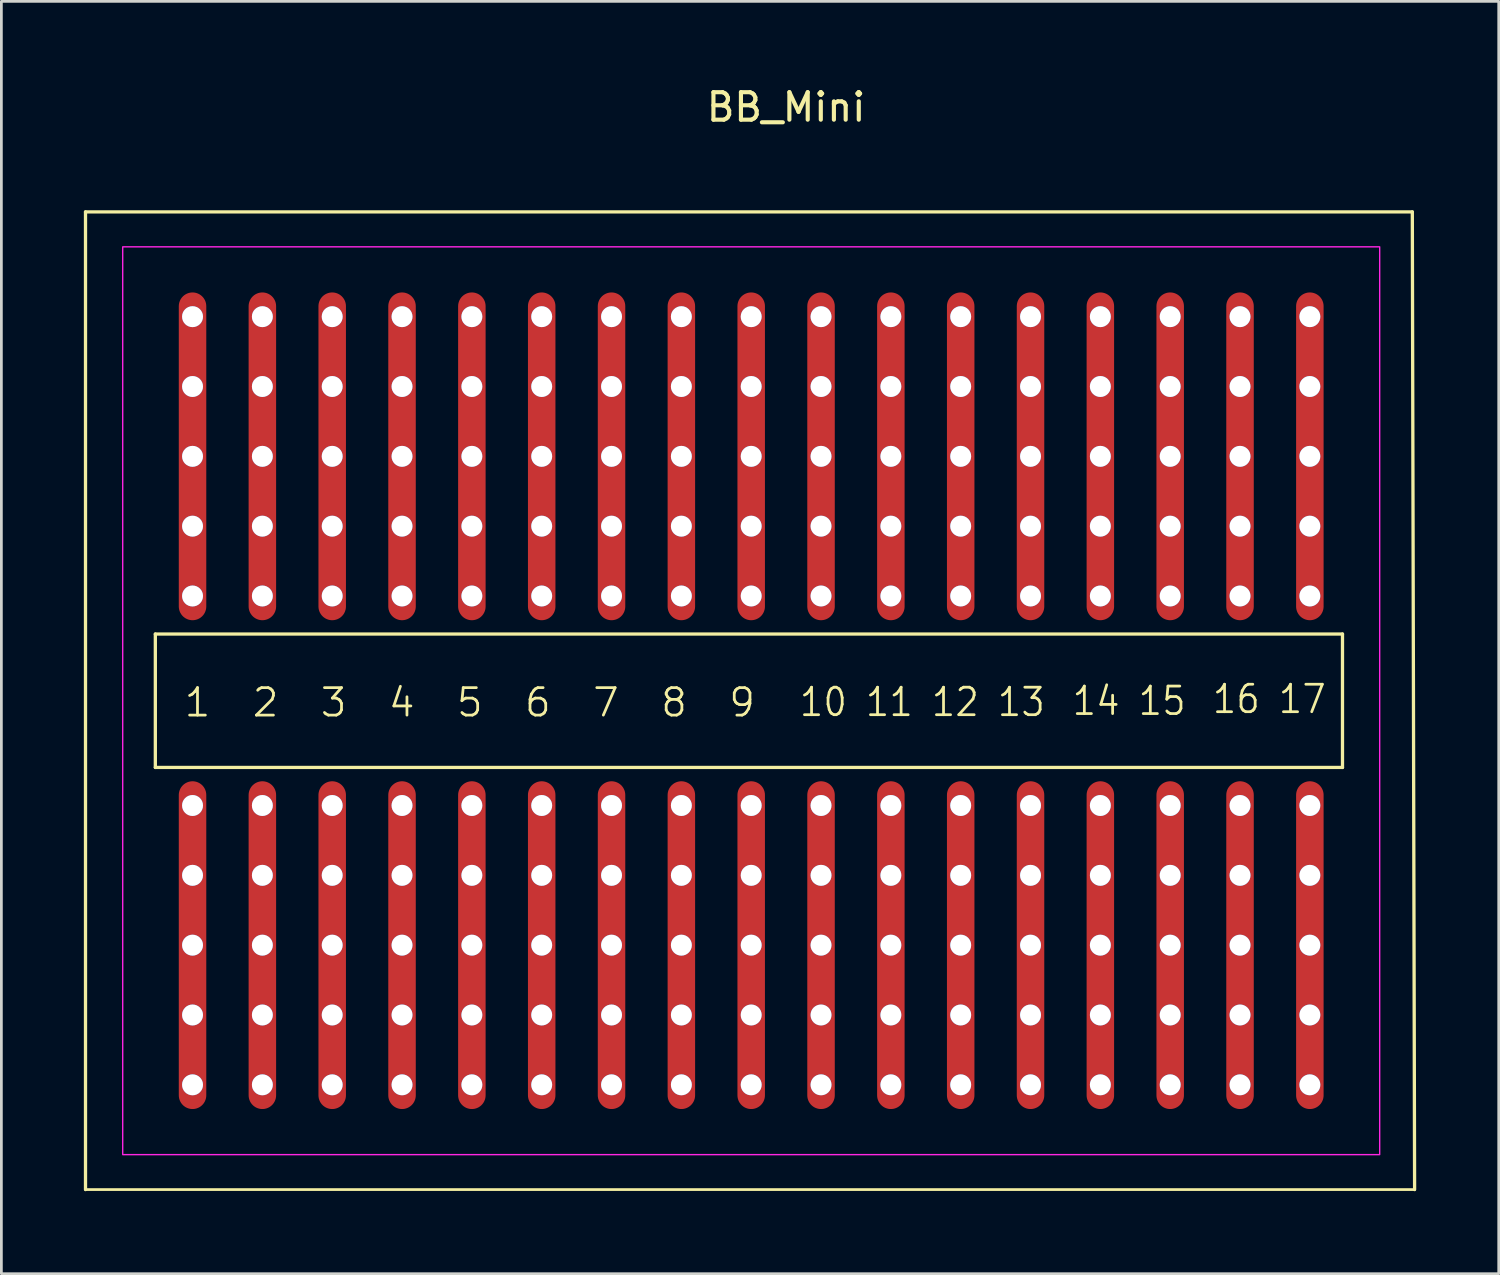
<source format=kicad_pcb>
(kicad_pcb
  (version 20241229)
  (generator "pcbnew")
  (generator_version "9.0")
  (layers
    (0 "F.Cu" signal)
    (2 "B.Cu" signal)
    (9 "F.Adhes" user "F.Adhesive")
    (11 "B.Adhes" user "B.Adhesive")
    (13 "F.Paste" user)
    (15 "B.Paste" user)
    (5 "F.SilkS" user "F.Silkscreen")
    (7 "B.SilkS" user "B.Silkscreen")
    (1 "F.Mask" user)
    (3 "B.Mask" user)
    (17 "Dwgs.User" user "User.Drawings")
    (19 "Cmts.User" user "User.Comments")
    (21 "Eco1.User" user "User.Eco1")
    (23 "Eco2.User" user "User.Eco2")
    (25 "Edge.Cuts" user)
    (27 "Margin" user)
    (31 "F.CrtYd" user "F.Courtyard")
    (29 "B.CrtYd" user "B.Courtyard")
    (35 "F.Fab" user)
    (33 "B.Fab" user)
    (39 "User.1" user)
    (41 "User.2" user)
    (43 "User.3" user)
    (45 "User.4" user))
  (footprint "BB_Mini"
    (layer "F.Cu")
    (at 3.953 8.468)
    (property "Reference" "BB_Mini" (at 21.59 -7.62 0) (layer "F.SilkS") (effects (font (size 1 1) (thickness 0.15))))
    (attr through_hole)
    (fp_line (start 0 -0.381) (end 0 10.541) (stroke (width 1) (type default)) (layer "F.Cu"))
    (fp_line (start 0 17.399) (end 0 28.321) (stroke (width 1) (type default)) (layer "F.Cu"))
    (fp_line (start 2.54 -0.381) (end 2.54 10.541) (stroke (width 1) (type default)) (layer "F.Cu"))
    (fp_line (start 2.54 17.399) (end 2.54 28.321) (stroke (width 1) (type default)) (layer "F.Cu"))
    (fp_line (start 5.08 -0.381) (end 5.08 10.541) (stroke (width 1) (type default)) (layer "F.Cu"))
    (fp_line (start 5.08 17.399) (end 5.08 28.321) (stroke (width 1) (type default)) (layer "F.Cu"))
    (fp_line (start 7.62 -0.381) (end 7.62 10.541) (stroke (width 1) (type default)) (layer "F.Cu"))
    (fp_line (start 7.62 17.399) (end 7.62 28.321) (stroke (width 1) (type default)) (layer "F.Cu"))
    (fp_line (start 10.16 -0.381) (end 10.16 10.541) (stroke (width 1) (type default)) (layer "F.Cu"))
    (fp_line (start 10.16 17.399) (end 10.16 28.321) (stroke (width 1) (type default)) (layer "F.Cu"))
    (fp_line (start 12.7 -0.381) (end 12.7 10.541) (stroke (width 1) (type default)) (layer "F.Cu"))
    (fp_line (start 12.7 17.399) (end 12.7 28.321) (stroke (width 1) (type default)) (layer "F.Cu"))
    (fp_line (start 15.24 -0.381) (end 15.24 10.541) (stroke (width 1) (type default)) (layer "F.Cu"))
    (fp_line (start 15.24 17.399) (end 15.24 28.321) (stroke (width 1) (type default)) (layer "F.Cu"))
    (fp_line (start 17.78 -0.381) (end 17.78 10.541) (stroke (width 1) (type default)) (layer "F.Cu"))
    (fp_line (start 17.78 17.399) (end 17.78 28.321) (stroke (width 1) (type default)) (layer "F.Cu"))
    (fp_line (start 20.32 -0.381) (end 20.32 10.541) (stroke (width 1) (type default)) (layer "F.Cu"))
    (fp_line (start 20.32 17.399) (end 20.32 28.321) (stroke (width 1) (type default)) (layer "F.Cu"))
    (fp_line (start 22.86 -0.381) (end 22.86 10.541) (stroke (width 1) (type default)) (layer "F.Cu"))
    (fp_line (start 22.86 17.399) (end 22.86 28.321) (stroke (width 1) (type default)) (layer "F.Cu"))
    (fp_line (start 25.4 -0.381) (end 25.4 10.541) (stroke (width 1) (type default)) (layer "F.Cu"))
    (fp_line (start 25.4 17.399) (end 25.4 28.321) (stroke (width 1) (type default)) (layer "F.Cu"))
    (fp_line (start 27.94 -0.381) (end 27.94 10.541) (stroke (width 1) (type default)) (layer "F.Cu"))
    (fp_line (start 27.94 17.399) (end 27.94 28.321) (stroke (width 1) (type default)) (layer "F.Cu"))
    (fp_line (start 30.48 -0.381) (end 30.48 10.541) (stroke (width 1) (type default)) (layer "F.Cu"))
    (fp_line (start 30.48 17.399) (end 30.48 28.321) (stroke (width 1) (type default)) (layer "F.Cu"))
    (fp_line (start 33.02 -0.381) (end 33.02 10.541) (stroke (width 1) (type default)) (layer "F.Cu"))
    (fp_line (start 33.02 17.399) (end 33.02 28.321) (stroke (width 1) (type default)) (layer "F.Cu"))
    (fp_line (start 35.56 -0.381) (end 35.56 10.541) (stroke (width 1) (type default)) (layer "F.Cu"))
    (fp_line (start 35.56 17.399) (end 35.56 28.321) (stroke (width 1) (type default)) (layer "F.Cu"))
    (fp_line (start 38.1 -0.381) (end 38.1 10.541) (stroke (width 1) (type default)) (layer "F.Cu"))
    (fp_line (start 38.1 17.399) (end 38.1 28.321) (stroke (width 1) (type default)) (layer "F.Cu"))
    (fp_line (start 40.64 -0.381) (end 40.64 10.541) (stroke (width 1) (type default)) (layer "F.Cu"))
    (fp_line (start 40.64 17.399) (end 40.64 28.321) (stroke (width 1) (type default)) (layer "F.Cu"))
    (fp_line (start -3.893 -3.81) (end 44.367 -3.81) (stroke (width 0.12) (type solid)) (layer "F.SilkS"))
    (fp_line (start -3.893 31.75) (end -3.893 -3.81) (stroke (width 0.12) (type solid)) (layer "F.SilkS"))
    (fp_line (start -3.893 31.75) (end 44.45 31.75) (stroke (width 0.1) (type default)) (layer "F.SilkS"))
    (fp_line (start -1.353 11.544) (end 41.827 11.544) (stroke (width 0.12) (type solid)) (layer "F.SilkS"))
    (fp_line (start -1.353 16.396) (end -1.353 11.544) (stroke (width 0.12) (type solid)) (layer "F.SilkS"))
    (fp_line (start 41.827 11.544) (end 41.827 16.396) (stroke (width 0.12) (type solid)) (layer "F.SilkS"))
    (fp_line (start 41.827 16.396) (end -1.353 16.396) (stroke (width 0.12) (type solid)) (layer "F.SilkS"))
    (fp_line (start 44.367 -3.81) (end 44.45 31.75) (stroke (width 0.12) (type solid)) (layer "F.SilkS"))
    (fp_rect (start -2.54 -2.54) (end 43.18 30.48) (stroke (width 0.05) (type default)) (fill no) (layer "F.CrtYd"))
    (fp_text user "14 15" (at 31.943 14.564 0) (unlocked yes) (layer "F.SilkS") (effects (font (size 1 0.9) (thickness 0.1)) (justify left bottom)))
    (fp_text user "1  2  3  4  5  6  7  8  9" (at -0.362 14.62 0) (unlocked yes) (layer "F.SilkS") (effects (font (size 1 1) (thickness 0.1)) (justify left bottom)))
    (fp_text user "10 11 12 13" (at 22.021 14.605 0) (unlocked yes) (layer "F.SilkS") (effects (font (size 1 0.9) (thickness 0.1)) (justify left bottom)))
    (fp_text user "16 17" (at 37.042 14.497 0) (unlocked yes) (layer "F.SilkS") (effects (font (size 1 0.9) (thickness 0.1)) (justify left bottom)))
    (pad "1" thru_hole circle (at 0 0) (size 0.762 0.762) (drill 0.762) (layers "*.Cu" "*.Mask"))
    (pad "1" thru_hole circle (at 0 2.54) (size 0.762 0.762) (drill 0.762) (layers "*.Cu" "*.Mask"))
    (pad "1" thru_hole circle (at 0 5.08) (size 0.762 0.762) (drill 0.762) (layers "*.Cu" "*.Mask"))
    (pad "1" thru_hole circle (at 0 7.62) (size 0.762 0.762) (drill 0.762) (layers "*.Cu" "*.Mask"))
    (pad "1" thru_hole circle (at 0 10.16) (size 0.762 0.762) (drill 0.762) (layers "*.Cu" "*.Mask"))
    (pad "2" thru_hole circle (at 2.54 0) (size 0.762 0.762) (drill 0.762) (layers "*.Cu" "*.Mask"))
    (pad "2" thru_hole circle (at 2.54 2.54) (size 0.762 0.762) (drill 0.762) (layers "*.Cu" "*.Mask"))
    (pad "2" thru_hole circle (at 2.54 5.08) (size 0.762 0.762) (drill 0.762) (layers "*.Cu" "*.Mask"))
    (pad "2" thru_hole circle (at 2.54 7.62) (size 0.762 0.762) (drill 0.762) (layers "*.Cu" "*.Mask"))
    (pad "2" thru_hole circle (at 2.54 10.16) (size 0.762 0.762) (drill 0.762) (layers "*.Cu" "*.Mask"))
    (pad "3" thru_hole circle (at 5.08 0) (size 0.762 0.762) (drill 0.762) (layers "*.Cu" "*.Mask"))
    (pad "3" thru_hole circle (at 5.08 2.54) (size 0.762 0.762) (drill 0.762) (layers "*.Cu" "*.Mask"))
    (pad "3" thru_hole circle (at 5.08 5.08) (size 0.762 0.762) (drill 0.762) (layers "*.Cu" "*.Mask"))
    (pad "3" thru_hole circle (at 5.08 7.62) (size 0.762 0.762) (drill 0.762) (layers "*.Cu" "*.Mask"))
    (pad "3" thru_hole circle (at 5.08 10.16) (size 0.762 0.762) (drill 0.762) (layers "*.Cu" "*.Mask"))
    (pad "4" thru_hole circle (at 7.62 0) (size 0.762 0.762) (drill 0.762) (layers "*.Cu" "*.Mask"))
    (pad "4" thru_hole circle (at 7.62 2.54) (size 0.762 0.762) (drill 0.762) (layers "*.Cu" "*.Mask"))
    (pad "4" thru_hole circle (at 7.62 5.08) (size 0.762 0.762) (drill 0.762) (layers "*.Cu" "*.Mask"))
    (pad "4" thru_hole circle (at 7.62 7.62) (size 0.762 0.762) (drill 0.762) (layers "*.Cu" "*.Mask"))
    (pad "4" thru_hole circle (at 7.62 10.16) (size 0.762 0.762) (drill 0.762) (layers "*.Cu" "*.Mask"))
    (pad "5" thru_hole circle (at 10.16 0) (size 0.762 0.762) (drill 0.762) (layers "*.Cu" "*.Mask"))
    (pad "5" thru_hole circle (at 10.16 2.54) (size 0.762 0.762) (drill 0.762) (layers "*.Cu" "*.Mask"))
    (pad "5" thru_hole circle (at 10.16 5.08) (size 0.762 0.762) (drill 0.762) (layers "*.Cu" "*.Mask"))
    (pad "5" thru_hole circle (at 10.16 7.62) (size 0.762 0.762) (drill 0.762) (layers "*.Cu" "*.Mask"))
    (pad "5" thru_hole circle (at 10.16 10.16) (size 0.762 0.762) (drill 0.762) (layers "*.Cu" "*.Mask"))
    (pad "6" thru_hole circle (at 12.7 0) (size 0.762 0.762) (drill 0.762) (layers "*.Cu" "*.Mask"))
    (pad "6" thru_hole circle (at 12.7 2.54) (size 0.762 0.762) (drill 0.762) (layers "*.Cu" "*.Mask"))
    (pad "6" thru_hole circle (at 12.7 5.08) (size 0.762 0.762) (drill 0.762) (layers "*.Cu" "*.Mask"))
    (pad "6" thru_hole circle (at 12.7 7.62) (size 0.762 0.762) (drill 0.762) (layers "*.Cu" "*.Mask"))
    (pad "6" thru_hole circle (at 12.7 10.16) (size 0.762 0.762) (drill 0.762) (layers "*.Cu" "*.Mask"))
    (pad "7" thru_hole circle (at 15.24 0) (size 0.762 0.762) (drill 0.762) (layers "*.Cu" "*.Mask"))
    (pad "7" thru_hole circle (at 15.24 2.54) (size 0.762 0.762) (drill 0.762) (layers "*.Cu" "*.Mask"))
    (pad "7" thru_hole circle (at 15.24 5.08) (size 0.762 0.762) (drill 0.762) (layers "*.Cu" "*.Mask"))
    (pad "7" thru_hole circle (at 15.24 7.62) (size 0.762 0.762) (drill 0.762) (layers "*.Cu" "*.Mask"))
    (pad "7" thru_hole circle (at 15.24 10.16) (size 0.762 0.762) (drill 0.762) (layers "*.Cu" "*.Mask"))
    (pad "8" thru_hole circle (at 17.78 0) (size 0.762 0.762) (drill 0.762) (layers "*.Cu" "*.Mask"))
    (pad "8" thru_hole circle (at 17.78 2.54) (size 0.762 0.762) (drill 0.762) (layers "*.Cu" "*.Mask"))
    (pad "8" thru_hole circle (at 17.78 5.08) (size 0.762 0.762) (drill 0.762) (layers "*.Cu" "*.Mask"))
    (pad "8" thru_hole circle (at 17.78 7.62) (size 0.762 0.762) (drill 0.762) (layers "*.Cu" "*.Mask"))
    (pad "8" thru_hole circle (at 17.78 10.16) (size 0.762 0.762) (drill 0.762) (layers "*.Cu" "*.Mask"))
    (pad "9" thru_hole circle (at 20.32 0) (size 0.762 0.762) (drill 0.762) (layers "*.Cu" "*.Mask"))
    (pad "9" thru_hole circle (at 20.32 2.54) (size 0.762 0.762) (drill 0.762) (layers "*.Cu" "*.Mask"))
    (pad "9" thru_hole circle (at 20.32 5.08) (size 0.762 0.762) (drill 0.762) (layers "*.Cu" "*.Mask"))
    (pad "9" thru_hole circle (at 20.32 7.62) (size 0.762 0.762) (drill 0.762) (layers "*.Cu" "*.Mask"))
    (pad "9" thru_hole circle (at 20.32 10.16) (size 0.762 0.762) (drill 0.762) (layers "*.Cu" "*.Mask"))
    (pad "10" thru_hole circle (at 22.86 0) (size 0.762 0.762) (drill 0.762) (layers "*.Cu" "*.Mask"))
    (pad "10" thru_hole circle (at 22.86 2.54) (size 0.762 0.762) (drill 0.762) (layers "*.Cu" "*.Mask"))
    (pad "10" thru_hole circle (at 22.86 5.08) (size 0.762 0.762) (drill 0.762) (layers "*.Cu" "*.Mask"))
    (pad "10" thru_hole circle (at 22.86 7.62) (size 0.762 0.762) (drill 0.762) (layers "*.Cu" "*.Mask"))
    (pad "10" thru_hole circle (at 22.86 10.16) (size 0.762 0.762) (drill 0.762) (layers "*.Cu" "*.Mask"))
    (pad "11" thru_hole circle (at 25.4 0) (size 0.762 0.762) (drill 0.762) (layers "*.Cu" "*.Mask"))
    (pad "11" thru_hole circle (at 25.4 2.54) (size 0.762 0.762) (drill 0.762) (layers "*.Cu" "*.Mask"))
    (pad "11" thru_hole circle (at 25.4 5.08) (size 0.762 0.762) (drill 0.762) (layers "*.Cu" "*.Mask"))
    (pad "11" thru_hole circle (at 25.4 7.62) (size 0.762 0.762) (drill 0.762) (layers "*.Cu" "*.Mask"))
    (pad "11" thru_hole circle (at 25.4 10.16) (size 0.762 0.762) (drill 0.762) (layers "*.Cu" "*.Mask"))
    (pad "12" thru_hole circle (at 27.94 0) (size 0.762 0.762) (drill 0.762) (layers "*.Cu" "*.Mask"))
    (pad "12" thru_hole circle (at 27.94 2.54) (size 0.762 0.762) (drill 0.762) (layers "*.Cu" "*.Mask"))
    (pad "12" thru_hole circle (at 27.94 5.08) (size 0.762 0.762) (drill 0.762) (layers "*.Cu" "*.Mask"))
    (pad "12" thru_hole circle (at 27.94 7.62) (size 0.762 0.762) (drill 0.762) (layers "*.Cu" "*.Mask"))
    (pad "12" thru_hole circle (at 27.94 10.16) (size 0.762 0.762) (drill 0.762) (layers "*.Cu" "*.Mask"))
    (pad "13" thru_hole circle (at 30.48 0) (size 0.762 0.762) (drill 0.762) (layers "*.Cu" "*.Mask"))
    (pad "13" thru_hole circle (at 30.48 2.54) (size 0.762 0.762) (drill 0.762) (layers "*.Cu" "*.Mask"))
    (pad "13" thru_hole circle (at 30.48 5.08) (size 0.762 0.762) (drill 0.762) (layers "*.Cu" "*.Mask"))
    (pad "13" thru_hole circle (at 30.48 7.62) (size 0.762 0.762) (drill 0.762) (layers "*.Cu" "*.Mask"))
    (pad "13" thru_hole circle (at 30.48 10.16) (size 0.762 0.762) (drill 0.762) (layers "*.Cu" "*.Mask"))
    (pad "14" thru_hole circle (at 33.02 0) (size 0.762 0.762) (drill 0.762) (layers "*.Cu" "*.Mask"))
    (pad "14" thru_hole circle (at 33.02 2.54) (size 0.762 0.762) (drill 0.762) (layers "*.Cu" "*.Mask"))
    (pad "14" thru_hole circle (at 33.02 5.08) (size 0.762 0.762) (drill 0.762) (layers "*.Cu" "*.Mask"))
    (pad "14" thru_hole circle (at 33.02 7.62) (size 0.762 0.762) (drill 0.762) (layers "*.Cu" "*.Mask"))
    (pad "14" thru_hole circle (at 33.02 10.16) (size 0.762 0.762) (drill 0.762) (layers "*.Cu" "*.Mask"))
    (pad "15" thru_hole circle (at 35.56 0) (size 0.762 0.762) (drill 0.762) (layers "*.Cu" "*.Mask"))
    (pad "15" thru_hole circle (at 35.56 2.54) (size 0.762 0.762) (drill 0.762) (layers "*.Cu" "*.Mask"))
    (pad "15" thru_hole circle (at 35.56 5.08) (size 0.762 0.762) (drill 0.762) (layers "*.Cu" "*.Mask"))
    (pad "15" thru_hole circle (at 35.56 7.62) (size 0.762 0.762) (drill 0.762) (layers "*.Cu" "*.Mask"))
    (pad "15" thru_hole circle (at 35.56 10.16) (size 0.762 0.762) (drill 0.762) (layers "*.Cu" "*.Mask"))
    (pad "16" thru_hole circle (at 38.1 0) (size 0.762 0.762) (drill 0.762) (layers "*.Cu" "*.Mask"))
    (pad "16" thru_hole circle (at 38.1 2.54) (size 0.762 0.762) (drill 0.762) (layers "*.Cu" "*.Mask"))
    (pad "16" thru_hole circle (at 38.1 5.08) (size 0.762 0.762) (drill 0.762) (layers "*.Cu" "*.Mask"))
    (pad "16" thru_hole circle (at 38.1 7.62) (size 0.762 0.762) (drill 0.762) (layers "*.Cu" "*.Mask"))
    (pad "16" thru_hole circle (at 38.1 10.16) (size 0.762 0.762) (drill 0.762) (layers "*.Cu" "*.Mask"))
    (pad "17" thru_hole circle (at 40.64 0) (size 0.762 0.762) (drill 0.762) (layers "*.Cu" "*.Mask"))
    (pad "17" thru_hole circle (at 40.64 2.54) (size 0.762 0.762) (drill 0.762) (layers "*.Cu" "*.Mask"))
    (pad "17" thru_hole circle (at 40.64 5.08) (size 0.762 0.762) (drill 0.762) (layers "*.Cu" "*.Mask"))
    (pad "17" thru_hole circle (at 40.64 7.62) (size 0.762 0.762) (drill 0.762) (layers "*.Cu" "*.Mask"))
    (pad "17" thru_hole circle (at 40.64 10.16) (size 0.762 0.762) (drill 0.762) (layers "*.Cu" "*.Mask"))
    (pad "18" thru_hole circle (at 0 17.78) (size 0.762 0.762) (drill 0.762) (layers "*.Cu" "*.Mask"))
    (pad "18" thru_hole circle (at 0 20.32) (size 0.762 0.762) (drill 0.762) (layers "*.Cu" "*.Mask"))
    (pad "18" thru_hole circle (at 0 22.86) (size 0.762 0.762) (drill 0.762) (layers "*.Cu" "*.Mask"))
    (pad "18" thru_hole circle (at 0 25.4) (size 0.762 0.762) (drill 0.762) (layers "*.Cu" "*.Mask"))
    (pad "18" thru_hole circle (at 0 27.94) (size 0.762 0.762) (drill 0.762) (layers "*.Cu" "*.Mask"))
    (pad "19" thru_hole circle (at 2.54 17.78) (size 0.762 0.762) (drill 0.762) (layers "*.Cu" "*.Mask"))
    (pad "19" thru_hole circle (at 2.54 20.32) (size 0.762 0.762) (drill 0.762) (layers "*.Cu" "*.Mask"))
    (pad "19" thru_hole circle (at 2.54 22.86) (size 0.762 0.762) (drill 0.762) (layers "*.Cu" "*.Mask"))
    (pad "19" thru_hole circle (at 2.54 25.4) (size 0.762 0.762) (drill 0.762) (layers "*.Cu" "*.Mask"))
    (pad "19" thru_hole circle (at 2.54 27.94) (size 0.762 0.762) (drill 0.762) (layers "*.Cu" "*.Mask"))
    (pad "20" thru_hole circle (at 5.08 17.78) (size 0.762 0.762) (drill 0.762) (layers "*.Cu" "*.Mask"))
    (pad "20" thru_hole circle (at 5.08 20.32) (size 0.762 0.762) (drill 0.762) (layers "*.Cu" "*.Mask"))
    (pad "20" thru_hole circle (at 5.08 22.86) (size 0.762 0.762) (drill 0.762) (layers "*.Cu" "*.Mask"))
    (pad "20" thru_hole circle (at 5.08 25.4) (size 0.762 0.762) (drill 0.762) (layers "*.Cu" "*.Mask"))
    (pad "20" thru_hole circle (at 5.08 27.94) (size 0.762 0.762) (drill 0.762) (layers "*.Cu" "*.Mask"))
    (pad "21" thru_hole circle (at 7.62 17.78) (size 0.762 0.762) (drill 0.762) (layers "*.Cu" "*.Mask"))
    (pad "21" thru_hole circle (at 7.62 20.32) (size 0.762 0.762) (drill 0.762) (layers "*.Cu" "*.Mask"))
    (pad "21" thru_hole circle (at 7.62 22.86) (size 0.762 0.762) (drill 0.762) (layers "*.Cu" "*.Mask"))
    (pad "21" thru_hole circle (at 7.62 25.4) (size 0.762 0.762) (drill 0.762) (layers "*.Cu" "*.Mask"))
    (pad "21" thru_hole circle (at 7.62 27.94) (size 0.762 0.762) (drill 0.762) (layers "*.Cu" "*.Mask"))
    (pad "22" thru_hole circle (at 10.16 17.78) (size 0.762 0.762) (drill 0.762) (layers "*.Cu" "*.Mask"))
    (pad "22" thru_hole circle (at 10.16 20.32) (size 0.762 0.762) (drill 0.762) (layers "*.Cu" "*.Mask"))
    (pad "22" thru_hole circle (at 10.16 22.86) (size 0.762 0.762) (drill 0.762) (layers "*.Cu" "*.Mask"))
    (pad "22" thru_hole circle (at 10.16 25.4) (size 0.762 0.762) (drill 0.762) (layers "*.Cu" "*.Mask"))
    (pad "22" thru_hole circle (at 10.16 27.94) (size 0.762 0.762) (drill 0.762) (layers "*.Cu" "*.Mask"))
    (pad "23" thru_hole circle (at 12.7 17.78) (size 0.762 0.762) (drill 0.762) (layers "*.Cu" "*.Mask"))
    (pad "23" thru_hole circle (at 12.7 20.32) (size 0.762 0.762) (drill 0.762) (layers "*.Cu" "*.Mask"))
    (pad "23" thru_hole circle (at 12.7 22.86) (size 0.762 0.762) (drill 0.762) (layers "*.Cu" "*.Mask"))
    (pad "23" thru_hole circle (at 12.7 25.4) (size 0.762 0.762) (drill 0.762) (layers "*.Cu" "*.Mask"))
    (pad "23" thru_hole circle (at 12.7 27.94) (size 0.762 0.762) (drill 0.762) (layers "*.Cu" "*.Mask"))
    (pad "24" thru_hole circle (at 15.24 17.78) (size 0.762 0.762) (drill 0.762) (layers "*.Cu" "*.Mask"))
    (pad "24" thru_hole circle (at 15.24 20.32) (size 0.762 0.762) (drill 0.762) (layers "*.Cu" "*.Mask"))
    (pad "24" thru_hole circle (at 15.24 22.86) (size 0.762 0.762) (drill 0.762) (layers "*.Cu" "*.Mask"))
    (pad "24" thru_hole circle (at 15.24 25.4) (size 0.762 0.762) (drill 0.762) (layers "*.Cu" "*.Mask"))
    (pad "24" thru_hole circle (at 15.24 27.94) (size 0.762 0.762) (drill 0.762) (layers "*.Cu" "*.Mask"))
    (pad "25" thru_hole circle (at 17.78 17.78) (size 0.762 0.762) (drill 0.762) (layers "*.Cu" "*.Mask"))
    (pad "25" thru_hole circle (at 17.78 20.32) (size 0.762 0.762) (drill 0.762) (layers "*.Cu" "*.Mask"))
    (pad "25" thru_hole circle (at 17.78 22.86) (size 0.762 0.762) (drill 0.762) (layers "*.Cu" "*.Mask"))
    (pad "25" thru_hole circle (at 17.78 25.4) (size 0.762 0.762) (drill 0.762) (layers "*.Cu" "*.Mask"))
    (pad "25" thru_hole circle (at 17.78 27.94) (size 0.762 0.762) (drill 0.762) (layers "*.Cu" "*.Mask"))
    (pad "26" thru_hole circle (at 20.32 17.78) (size 0.762 0.762) (drill 0.762) (layers "*.Cu" "*.Mask"))
    (pad "26" thru_hole circle (at 20.32 20.32) (size 0.762 0.762) (drill 0.762) (layers "*.Cu" "*.Mask"))
    (pad "26" thru_hole circle (at 20.32 22.86) (size 0.762 0.762) (drill 0.762) (layers "*.Cu" "*.Mask"))
    (pad "26" thru_hole circle (at 20.32 25.4) (size 0.762 0.762) (drill 0.762) (layers "*.Cu" "*.Mask"))
    (pad "26" thru_hole circle (at 20.32 27.94) (size 0.762 0.762) (drill 0.762) (layers "*.Cu" "*.Mask"))
    (pad "27" thru_hole circle (at 22.86 17.78) (size 0.762 0.762) (drill 0.762) (layers "*.Cu" "*.Mask"))
    (pad "27" thru_hole circle (at 22.86 20.32) (size 0.762 0.762) (drill 0.762) (layers "*.Cu" "*.Mask"))
    (pad "27" thru_hole circle (at 22.86 22.86) (size 0.762 0.762) (drill 0.762) (layers "*.Cu" "*.Mask"))
    (pad "27" thru_hole circle (at 22.86 25.4) (size 0.762 0.762) (drill 0.762) (layers "*.Cu" "*.Mask"))
    (pad "27" thru_hole circle (at 22.86 27.94) (size 0.762 0.762) (drill 0.762) (layers "*.Cu" "*.Mask"))
    (pad "28" thru_hole circle (at 25.4 17.78) (size 0.762 0.762) (drill 0.762) (layers "*.Cu" "*.Mask"))
    (pad "28" thru_hole circle (at 25.4 20.32) (size 0.762 0.762) (drill 0.762) (layers "*.Cu" "*.Mask"))
    (pad "28" thru_hole circle (at 25.4 22.86) (size 0.762 0.762) (drill 0.762) (layers "*.Cu" "*.Mask"))
    (pad "28" thru_hole circle (at 25.4 25.4) (size 0.762 0.762) (drill 0.762) (layers "*.Cu" "*.Mask"))
    (pad "28" thru_hole circle (at 25.4 27.94) (size 0.762 0.762) (drill 0.762) (layers "*.Cu" "*.Mask"))
    (pad "29" thru_hole circle (at 27.94 17.78) (size 0.762 0.762) (drill 0.762) (layers "*.Cu" "*.Mask"))
    (pad "29" thru_hole circle (at 27.94 20.32) (size 0.762 0.762) (drill 0.762) (layers "*.Cu" "*.Mask"))
    (pad "29" thru_hole circle (at 27.94 22.86) (size 0.762 0.762) (drill 0.762) (layers "*.Cu" "*.Mask"))
    (pad "29" thru_hole circle (at 27.94 25.4) (size 0.762 0.762) (drill 0.762) (layers "*.Cu" "*.Mask"))
    (pad "29" thru_hole circle (at 27.94 27.94) (size 0.762 0.762) (drill 0.762) (layers "*.Cu" "*.Mask"))
    (pad "30" thru_hole circle (at 30.48 17.78) (size 0.762 0.762) (drill 0.762) (layers "*.Cu" "*.Mask"))
    (pad "30" thru_hole circle (at 30.48 20.32) (size 0.762 0.762) (drill 0.762) (layers "*.Cu" "*.Mask"))
    (pad "30" thru_hole circle (at 30.48 22.86) (size 0.762 0.762) (drill 0.762) (layers "*.Cu" "*.Mask"))
    (pad "30" thru_hole circle (at 30.48 25.4) (size 0.762 0.762) (drill 0.762) (layers "*.Cu" "*.Mask"))
    (pad "30" thru_hole circle (at 30.48 27.94) (size 0.762 0.762) (drill 0.762) (layers "*.Cu" "*.Mask"))
    (pad "31" thru_hole circle (at 33.02 17.78) (size 0.762 0.762) (drill 0.762) (layers "*.Cu" "*.Mask"))
    (pad "31" thru_hole circle (at 33.02 20.32) (size 0.762 0.762) (drill 0.762) (layers "*.Cu" "*.Mask"))
    (pad "31" thru_hole circle (at 33.02 22.86) (size 0.762 0.762) (drill 0.762) (layers "*.Cu" "*.Mask"))
    (pad "31" thru_hole circle (at 33.02 25.4) (size 0.762 0.762) (drill 0.762) (layers "*.Cu" "*.Mask"))
    (pad "31" thru_hole circle (at 33.02 27.94) (size 0.762 0.762) (drill 0.762) (layers "*.Cu" "*.Mask"))
    (pad "32" thru_hole circle (at 35.56 17.78) (size 0.762 0.762) (drill 0.762) (layers "*.Cu" "*.Mask"))
    (pad "32" thru_hole circle (at 35.56 20.32) (size 0.762 0.762) (drill 0.762) (layers "*.Cu" "*.Mask"))
    (pad "32" thru_hole circle (at 35.56 22.86) (size 0.762 0.762) (drill 0.762) (layers "*.Cu" "*.Mask"))
    (pad "32" thru_hole circle (at 35.56 25.4) (size 0.762 0.762) (drill 0.762) (layers "*.Cu" "*.Mask"))
    (pad "32" thru_hole circle (at 35.56 27.94) (size 0.762 0.762) (drill 0.762) (layers "*.Cu" "*.Mask"))
    (pad "33" thru_hole circle (at 38.1 17.78) (size 0.762 0.762) (drill 0.762) (layers "*.Cu" "*.Mask"))
    (pad "33" thru_hole circle (at 38.1 20.32) (size 0.762 0.762) (drill 0.762) (layers "*.Cu" "*.Mask"))
    (pad "33" thru_hole circle (at 38.1 22.86) (size 0.762 0.762) (drill 0.762) (layers "*.Cu" "*.Mask"))
    (pad "33" thru_hole circle (at 38.1 25.4) (size 0.762 0.762) (drill 0.762) (layers "*.Cu" "*.Mask"))
    (pad "33" thru_hole circle (at 38.1 27.94) (size 0.762 0.762) (drill 0.762) (layers "*.Cu" "*.Mask"))
    (pad "34" thru_hole circle (at 40.64 17.78) (size 0.762 0.762) (drill 0.762) (layers "*.Cu" "*.Mask"))
    (pad "34" thru_hole circle (at 40.64 20.32) (size 0.762 0.762) (drill 0.762) (layers "*.Cu" "*.Mask"))
    (pad "34" thru_hole circle (at 40.64 22.86) (size 0.762 0.762) (drill 0.762) (layers "*.Cu" "*.Mask"))
    (pad "34" thru_hole circle (at 40.64 25.4) (size 0.762 0.762) (drill 0.762) (layers "*.Cu" "*.Mask"))
    (pad "34" thru_hole circle (at 40.64 27.94) (size 0.762 0.762) (drill 0.762) (layers "*.Cu" "*.Mask")))
  (gr_rect
    (start -3 -3)
    (end 51.463 43.278)
    (stroke (width 0.1) (type default))
    (fill no)
    (layer "Edge.Cuts")))
</source>
